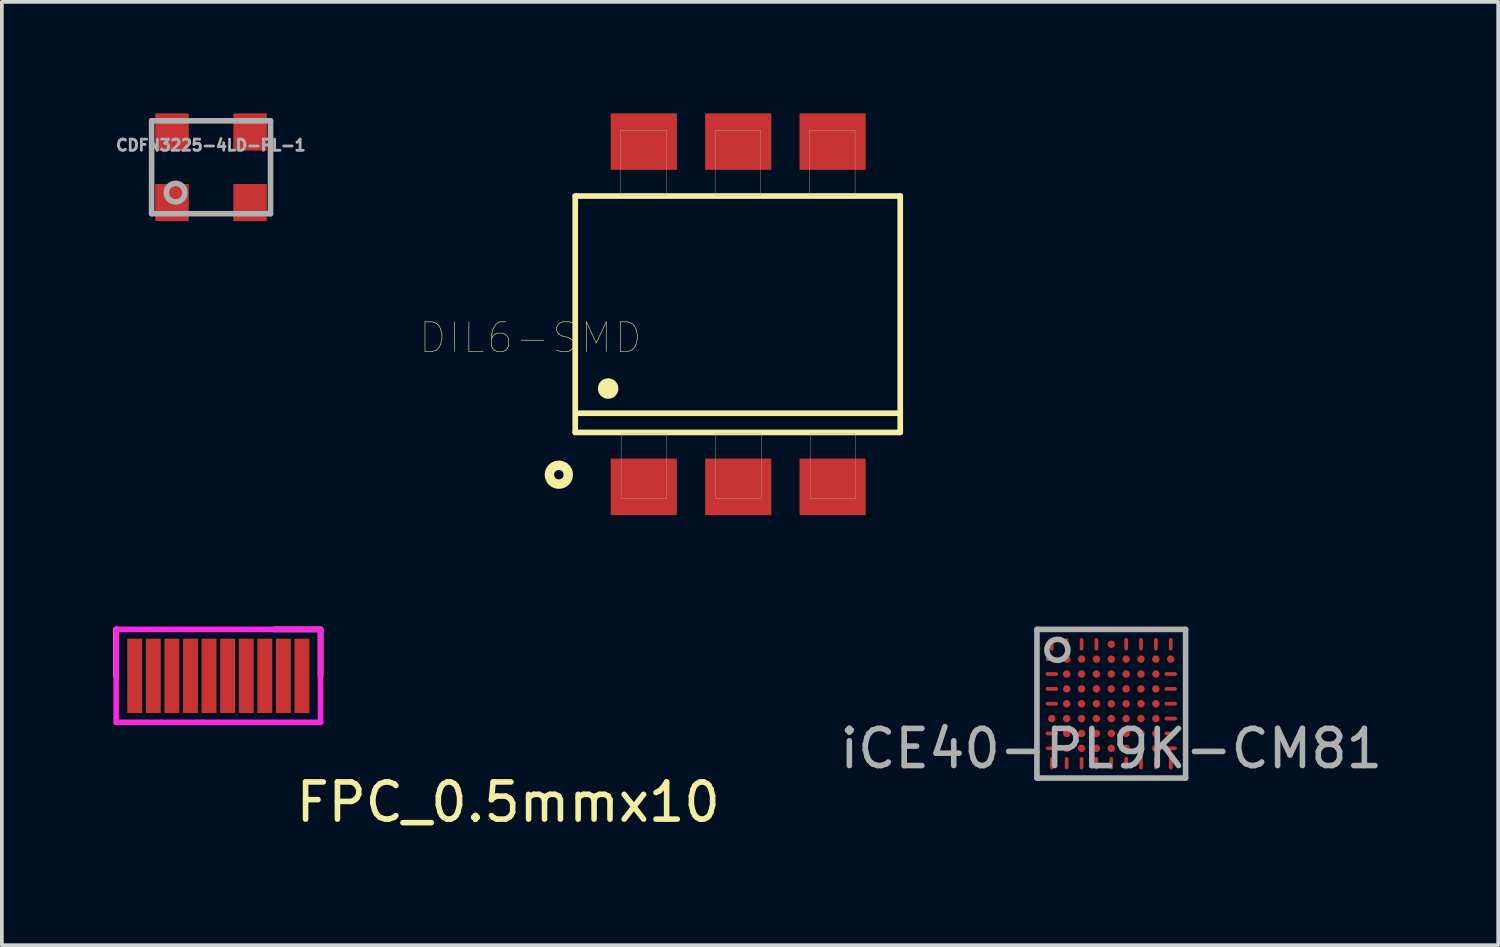
<source format=kicad_pcb>
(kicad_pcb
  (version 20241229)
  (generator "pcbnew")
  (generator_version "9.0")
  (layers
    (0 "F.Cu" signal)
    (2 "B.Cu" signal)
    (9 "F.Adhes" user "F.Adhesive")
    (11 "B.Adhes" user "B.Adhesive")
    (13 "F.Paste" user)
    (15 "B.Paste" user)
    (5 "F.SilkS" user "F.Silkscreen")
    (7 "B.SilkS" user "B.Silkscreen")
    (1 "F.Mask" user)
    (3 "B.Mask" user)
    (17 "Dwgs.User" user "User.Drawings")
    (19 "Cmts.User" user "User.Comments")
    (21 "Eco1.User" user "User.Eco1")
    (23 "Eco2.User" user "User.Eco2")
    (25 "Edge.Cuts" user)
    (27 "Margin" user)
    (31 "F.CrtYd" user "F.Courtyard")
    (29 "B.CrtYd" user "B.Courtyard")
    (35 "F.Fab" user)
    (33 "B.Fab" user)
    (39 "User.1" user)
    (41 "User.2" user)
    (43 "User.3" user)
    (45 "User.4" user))
  (footprint "CDFN3225-4LD-PL-1"
    (layer "F.Cu")
    (at 2.625 1.458)
    (property "Reference" "CDFN3225-4LD-PL-1" (at 0 -0.6 0) (layer "F.Fab") (effects (font (size 0.3 0.3) (thickness 0.075))))
    (attr smd)
    (fp_line (start -1.596 -1.258) (end 1.604 -1.258) (stroke (width 0.15) (type solid)) (layer "F.Fab"))
    (fp_line (start -1.596 1.242) (end -1.596 -1.258) (stroke (width 0.15) (type solid)) (layer "F.Fab"))
    (fp_line (start 1.604 -1.258) (end 1.604 1.242) (stroke (width 0.15) (type solid)) (layer "F.Fab"))
    (fp_line (start 1.604 1.242) (end -1.596 1.242) (stroke (width 0.15) (type solid)) (layer "F.Fab"))
    (fp_circle (center -0.95 0.675) (end -0.75 0.525) (stroke (width 0.15) (type solid)) (fill no) (layer "F.Fab"))
    (pad "1" smd rect (at -1.046 0.942 90) (size 1 0.9) (layers "F.Cu" "F.Mask" "F.Paste"))
    (pad "2" smd rect (at 1.054 0.942 90) (size 1 0.9) (layers "F.Cu" "F.Mask" "F.Paste"))
    (pad "3" smd rect (at 1.054 -0.958 90) (size 1 0.9) (layers "F.Cu" "F.Mask" "F.Paste"))
    (pad "4" smd rect (at -1.046 -0.958 90) (size 1 0.9) (layers "F.Cu" "F.Mask" "F.Paste")))
  (footprint "FPC_0.5mmx10"
    (layer "F.Cu")
    (at 2.825 15.135)
    (property "Reference" "FPC_0.5mmx10" (at 7.8 3.4 0) (layer "F.SilkS") (effects (font (size 1 1) (thickness 0.15))))
    (attr through_hole)
    (fp_line (start -2.75 -1.25) (end -2.75 0) (stroke (width 0.15) (type solid)) (layer "F.SilkS"))
    (fp_line (start -2.75 0) (end -2.75 -1.25) (stroke (width 0.15) (type solid)) (layer "F.SilkS"))
    (fp_line (start 1.5 -1.25) (end 2.75 -1.25) (stroke (width 0.15) (type solid)) (layer "F.SilkS"))
    (fp_line (start 2.75 -1.25) (end 2.75 0) (stroke (width 0.15) (type solid)) (layer "F.SilkS"))
    (fp_line (start -2.75 -1.25) (end -2.75 1.25) (stroke (width 0.15) (type solid)) (layer "F.CrtYd"))
    (fp_line (start -2.75 1.25) (end 2.75 1.25) (stroke (width 0.15) (type solid)) (layer "F.CrtYd"))
    (fp_line (start 2.75 -1.25) (end -2.75 -1.25) (stroke (width 0.15) (type solid)) (layer "F.CrtYd"))
    (fp_line (start 2.75 1.25) (end 2.75 -1.25) (stroke (width 0.15) (type solid)) (layer "F.CrtYd"))
    (pad "1" smd rect (at -2.25 0) (size 0.4 2) (layers "F.Cu" "F.Mask" "F.Paste"))
    (pad "2" smd rect (at -1.75 0) (size 0.4 2) (layers "F.Cu" "F.Mask" "F.Paste"))
    (pad "3" smd rect (at -1.25 0) (size 0.4 2) (layers "F.Cu" "F.Mask" "F.Paste"))
    (pad "4" smd rect (at -0.75 0) (size 0.4 2) (layers "F.Cu" "F.Mask" "F.Paste"))
    (pad "5" smd rect (at -0.25 0) (size 0.4 2) (layers "F.Cu" "F.Mask" "F.Paste"))
    (pad "6" smd rect (at 0.25 0) (size 0.4 2) (layers "F.Cu" "F.Mask" "F.Paste"))
    (pad "7" smd rect (at 0.75 0) (size 0.4 2) (layers "F.Cu" "F.Mask" "F.Paste"))
    (pad "8" smd rect (at 1.25 0) (size 0.4 2) (layers "F.Cu" "F.Mask" "F.Paste"))
    (pad "9" smd rect (at 1.75 0) (size 0.4 2) (layers "F.Cu" "F.Mask" "F.Paste"))
    (pad "10" smd rect (at 2.25 0) (size 0.4 2) (layers "F.Cu" "F.Mask" "F.Paste")))
  (footprint "DIL6-SMD"
    (layer "F.Cu")
    (at 16.813 5.405)
    (property "Reference" "DIL6-SMD" (at -5.59 0.635 180) (layer "F.SilkS") (effects (font (size 0.8 0.8) (thickness 0.015))))
    (attr through_hole)
    (fp_line (start -4.385 -3.18) (end 4.36 -3.18) (stroke (width 0.152) (type solid)) (layer "F.SilkS"))
    (fp_line (start -4.385 3.18) (end -4.385 -3.18) (stroke (width 0.152) (type solid)) (layer "F.SilkS"))
    (fp_line (start 4.36 -3.18) (end 4.36 2.664) (stroke (width 0.152) (type solid)) (layer "F.SilkS"))
    (fp_line (start 4.36 2.664) (end -4.285 2.664) (stroke (width 0.152) (type solid)) (layer "F.SilkS"))
    (fp_line (start 4.36 2.664) (end 4.36 3.18) (stroke (width 0.152) (type solid)) (layer "F.SilkS"))
    (fp_line (start 4.36 3.18) (end -4.385 3.18) (stroke (width 0.152) (type solid)) (layer "F.SilkS"))
    (fp_circle (center -4.826 4.318) (end -4.572 4.318) (stroke (width 0.254) (type solid)) (fill no) (layer "F.SilkS"))
    (fp_circle (center -3.5 2) (end -3.224 2) (stroke (width 0) (type solid)) (fill yes) (layer "F.SilkS"))
    (fp_poly (pts (xy -3.165 -4.95) (xy -1.935 -4.95) (xy -1.935 -3.205) (xy -3.165 -3.205)) (stroke (width 0.01) (type solid)) (fill no) (layer "F.Fab"))
    (fp_poly (pts (xy -3.15 3.2) (xy -1.92 3.2) (xy -1.92 4.957) (xy -3.15 4.957)) (stroke (width 0.01) (type solid)) (fill no) (layer "F.Fab"))
    (fp_poly (pts (xy -0.621 -4.95) (xy 0.605 -4.95) (xy 0.605 -3.204) (xy -0.621 -3.204)) (stroke (width 0.01) (type solid)) (fill no) (layer "F.Fab"))
    (fp_poly (pts (xy -0.606 3.2) (xy 0.62 3.2) (xy 0.62 4.955) (xy -0.606 4.955)) (stroke (width 0.01) (type solid)) (fill no) (layer "F.Fab"))
    (fp_poly (pts (xy 1.921 -4.95) (xy 3.145 -4.95) (xy 3.145 -3.202) (xy 1.921 -3.202)) (stroke (width 0.01) (type solid)) (fill no) (layer "F.Fab"))
    (fp_poly (pts (xy 1.938 3.2) (xy 3.16 3.2) (xy 3.16 4.957) (xy 1.938 4.957)) (stroke (width 0.01) (type solid)) (fill no) (layer "F.Fab"))
    (pad "1" smd rect (at -2.54 4.645) (size 1.78 1.52) (layers "F.Cu" "F.Mask" "F.Paste"))
    (pad "2" smd rect (at 0 4.645) (size 1.78 1.52) (layers "F.Cu" "F.Mask" "F.Paste"))
    (pad "3" smd rect (at 2.54 4.645) (size 1.78 1.52) (layers "F.Cu" "F.Mask" "F.Paste"))
    (pad "4" smd rect (at 2.54 -4.645) (size 1.78 1.52) (layers "F.Cu" "F.Mask" "F.Paste"))
    (pad "5" smd rect (at 0 -4.645) (size 1.78 1.52) (layers "F.Cu" "F.Mask" "F.Paste"))
    (pad "6" smd rect (at -2.54 -4.645) (size 1.78 1.52) (layers "F.Cu" "F.Mask" "F.Paste")))
  (footprint "iCE40-PL9K-CM81"
    (layer "F.Cu")
    (at 26.851 15.885)
    (property "Reference" "iCE40-PL9K-CM81" (at 0 1.209 0) (layer "F.Fab") (effects (font (size 1 1) (thickness 0.15))))
    (attr smd)
    (fp_line (start -2 -2) (end -1.95 -2) (stroke (width 0.15) (type solid)) (layer "F.Fab"))
    (fp_line (start -2 2) (end -2 -2) (stroke (width 0.15) (type solid)) (layer "F.Fab"))
    (fp_line (start -1.975 -2) (end 2 -2) (stroke (width 0.15) (type solid)) (layer "F.Fab"))
    (fp_line (start 2 -2) (end 2 2) (stroke (width 0.15) (type solid)) (layer "F.Fab"))
    (fp_line (start 2 2) (end -2 2) (stroke (width 0.15) (type solid)) (layer "F.Fab"))
    (fp_circle (center -1.45 -1.45) (end -1.25 -1.25) (stroke (width 0.15) (type solid)) (fill no) (layer "F.Fab"))
    (pad "A1" smd oval (at -1.6 -1.6) (size 0.1 0.335) (layers "F.Cu" "F.Mask" "F.Paste"))
    (pad "A2" smd oval (at -1.2 -1.6) (size 0.1 0.33) (layers "F.Cu" "F.Mask" "F.Paste"))
    (pad "A3" smd oval (at -0.8 -1.6) (size 0.1 0.335) (layers "F.Cu" "F.Mask" "F.Paste"))
    (pad "A4" smd oval (at -0.4 -1.6) (size 0.1 0.335) (layers "F.Cu" "F.Mask" "F.Paste"))
    (pad "A5" smd circle (at 0 -1.6) (size 0.2 0.2) (layers "F.Cu" "F.Mask" "F.Paste"))
    (pad "A6" smd oval (at 0.4 -1.6) (size 0.1 0.335) (layers "F.Cu" "F.Mask" "F.Paste"))
    (pad "A7" smd oval (at 0.8 -1.6) (size 0.1 0.335) (layers "F.Cu" "F.Mask" "F.Paste"))
    (pad "A8" smd oval (at 1.2 -1.6) (size 0.1 0.335) (layers "F.Cu" "F.Mask" "F.Paste"))
    (pad "A9" smd oval (at 1.6 -1.6) (size 0.1 0.335) (layers "F.Cu" "F.Mask" "F.Paste"))
    (pad "B1" smd oval (at -1.6 -1.2) (size 0.33 0.1) (layers "F.Cu" "F.Mask" "F.Paste"))
    (pad "B2" smd circle (at -1.2 -1.2) (size 0.2 0.2) (layers "F.Cu" "F.Mask" "F.Paste"))
    (pad "B3" smd circle (at -0.8 -1.2) (size 0.2 0.2) (layers "F.Cu" "F.Mask" "F.Paste"))
    (pad "B4" smd circle (at -0.4 -1.2) (size 0.2 0.2) (layers "F.Cu" "F.Mask" "F.Paste"))
    (pad "B5" smd circle (at 0 -1.2) (size 0.2 0.2) (layers "F.Cu" "F.Mask" "F.Paste"))
    (pad "B6" smd circle (at 0.4 -1.2) (size 0.2 0.2) (layers "F.Cu" "F.Mask" "F.Paste"))
    (pad "B7" smd circle (at 0.8 -1.2) (size 0.2 0.2) (layers "F.Cu" "F.Mask" "F.Paste"))
    (pad "B8" smd circle (at 1.2 -1.2) (size 0.2 0.2) (layers "F.Cu" "F.Mask" "F.Paste"))
    (pad "B9" smd circle (at 1.6 -1.2) (size 0.2 0.2) (layers "F.Cu" "F.Mask" "F.Paste"))
    (pad "C1" smd oval (at -1.6 -0.8) (size 0.335 0.1) (layers "F.Cu" "F.Mask" "F.Paste"))
    (pad "C2" smd circle (at -1.2 -0.8) (size 0.2 0.2) (layers "F.Cu" "F.Mask" "F.Paste"))
    (pad "C3" smd circle (at -0.8 -0.8) (size 0.2 0.2) (layers "F.Cu" "F.Mask" "F.Paste"))
    (pad "C4" smd circle (at -0.4 -0.8) (size 0.2 0.2) (layers "F.Cu" "F.Mask" "F.Paste"))
    (pad "C5" smd circle (at 0 -0.8) (size 0.2 0.2) (layers "F.Cu" "F.Mask" "F.Paste"))
    (pad "C6" smd circle (at 0.4 -0.8) (size 0.2 0.2) (layers "F.Cu" "F.Mask" "F.Paste"))
    (pad "C7" smd circle (at 0.8 -0.8) (size 0.2 0.2) (layers "F.Cu" "F.Mask" "F.Paste"))
    (pad "C8" smd circle (at 1.2 -0.8) (size 0.2 0.2) (layers "F.Cu" "F.Mask" "F.Paste"))
    (pad "C9" smd oval (at 1.6 -0.8) (size 0.335 0.1) (layers "F.Cu" "F.Mask" "F.Paste"))
    (pad "D1" smd oval (at -1.6 -0.4) (size 0.335 0.1) (layers "F.Cu" "F.Mask" "F.Paste"))
    (pad "D2" smd circle (at -1.2 -0.4) (size 0.2 0.2) (layers "F.Cu" "F.Mask" "F.Paste"))
    (pad "D3" smd circle (at -0.8 -0.4) (size 0.2 0.2) (layers "F.Cu" "F.Mask" "F.Paste"))
    (pad "D4" smd circle (at -0.4 -0.4) (size 0.2 0.2) (layers "F.Cu" "F.Mask" "F.Paste"))
    (pad "D5" smd circle (at 0 -0.4) (size 0.2 0.2) (layers "F.Cu" "F.Mask" "F.Paste"))
    (pad "D6" smd circle (at 0.4 -0.4) (size 0.2 0.2) (layers "F.Cu" "F.Mask" "F.Paste"))
    (pad "D7" smd circle (at 0.8 -0.4) (size 0.2 0.2) (layers "F.Cu" "F.Mask" "F.Paste"))
    (pad "D8" smd circle (at 1.2 -0.4) (size 0.2 0.2) (layers "F.Cu" "F.Mask" "F.Paste"))
    (pad "D9" smd oval (at 1.6 -0.4) (size 0.335 0.1) (layers "F.Cu" "F.Mask" "F.Paste"))
    (pad "E1" smd oval (at -1.6 0) (size 0.335 0.1) (layers "F.Cu" "F.Mask" "F.Paste"))
    (pad "E2" smd circle (at -1.2 0) (size 0.2 0.2) (layers "F.Cu" "F.Mask" "F.Paste"))
    (pad "E3" smd circle (at -0.8 0) (size 0.2 0.2) (layers "F.Cu" "F.Mask" "F.Paste"))
    (pad "E4" smd circle (at -0.4 0) (size 0.2 0.2) (layers "F.Cu" "F.Mask" "F.Paste"))
    (pad "E5" smd circle (at 0 0) (size 0.2 0.2) (layers "F.Cu" "F.Mask" "F.Paste"))
    (pad "E6" smd circle (at 0.4 0) (size 0.2 0.2) (layers "F.Cu" "F.Mask" "F.Paste"))
    (pad "E7" smd circle (at 0.8 0) (size 0.2 0.2) (layers "F.Cu" "F.Mask" "F.Paste"))
    (pad "E8" smd circle (at 1.2 0) (size 0.2 0.2) (layers "F.Cu" "F.Mask" "F.Paste"))
    (pad "E9" smd oval (at 1.6 0) (size 0.335 0.1) (layers "F.Cu" "F.Mask" "F.Paste"))
    (pad "F1" smd circle (at -1.6 0.4) (size 0.2 0.2) (layers "F.Cu" "F.Mask" "F.Paste"))
    (pad "F2" smd circle (at -1.2 0.4) (size 0.2 0.2) (layers "F.Cu" "F.Mask" "F.Paste"))
    (pad "F3" smd circle (at -0.8 0.4) (size 0.2 0.2) (layers "F.Cu" "F.Mask" "F.Paste"))
    (pad "F4" smd circle (at -0.4 0.4) (size 0.2 0.2) (layers "F.Cu" "F.Mask" "F.Paste"))
    (pad "F5" smd circle (at 0 0.4) (size 0.2 0.2) (layers "F.Cu" "F.Mask" "F.Paste"))
    (pad "F6" smd circle (at 0.4 0.4) (size 0.2 0.2) (layers "F.Cu" "F.Mask" "F.Paste"))
    (pad "F7" smd circle (at 0.8 0.4) (size 0.2 0.2) (layers "F.Cu" "F.Mask" "F.Paste"))
    (pad "F8" smd circle (at 1.2 0.4) (size 0.2 0.2) (layers "F.Cu" "F.Mask" "F.Paste"))
    (pad "F9" smd oval (at 1.6 0.4) (size 0.335 0.1) (layers "F.Cu" "F.Mask" "F.Paste"))
    (pad "G1" smd oval (at -1.6 0.8) (size 0.335 0.1) (layers "F.Cu" "F.Mask" "F.Paste"))
    (pad "G2" smd circle (at -1.2 0.8) (size 0.2 0.2) (layers "F.Cu" "F.Mask" "F.Paste"))
    (pad "G3" smd circle (at -0.8 0.8) (size 0.2 0.2) (layers "F.Cu" "F.Mask" "F.Paste"))
    (pad "G4" smd circle (at -0.4 0.8) (size 0.2 0.2) (layers "F.Cu" "F.Mask" "F.Paste"))
    (pad "G5" smd circle (at 0 0.8) (size 0.2 0.2) (layers "F.Cu" "F.Mask" "F.Paste"))
    (pad "G6" smd circle (at 0.4 0.8) (size 0.2 0.2) (layers "F.Cu" "F.Mask" "F.Paste"))
    (pad "G7" smd circle (at 0.8 0.8) (size 0.2 0.2) (layers "F.Cu" "F.Mask" "F.Paste"))
    (pad "G8" smd circle (at 1.2 0.8) (size 0.2 0.2) (layers "F.Cu" "F.Mask" "F.Paste"))
    (pad "G9" smd oval (at 1.6 0.8) (size 0.335 0.1) (layers "F.Cu" "F.Mask" "F.Paste"))
    (pad "H1" smd oval (at -1.6 1.2) (size 0.33 0.1) (layers "F.Cu" "F.Mask" "F.Paste"))
    (pad "H2" smd circle (at -1.2 1.2) (size 0.2 0.2) (layers "F.Cu" "F.Mask" "F.Paste"))
    (pad "H3" smd circle (at -0.8 1.2) (size 0.2 0.2) (layers "F.Cu" "F.Mask" "F.Paste"))
    (pad "H4" smd circle (at -0.4 1.2) (size 0.2 0.2) (layers "F.Cu" "F.Mask" "F.Paste"))
    (pad "H5" smd circle (at 0 1.2) (size 0.2 0.2) (layers "F.Cu" "F.Mask" "F.Paste"))
    (pad "H6" smd circle (at 0.4 1.2) (size 0.2 0.2) (layers "F.Cu" "F.Mask" "F.Paste"))
    (pad "H7" smd circle (at 0.8 1.2) (size 0.2 0.2) (layers "F.Cu" "F.Mask" "F.Paste"))
    (pad "H8" smd circle (at 1.2 1.2) (size 0.2 0.2) (layers "F.Cu" "F.Mask" "F.Paste"))
    (pad "H9" smd oval (at 1.6 1.2) (size 0.33 0.1) (layers "F.Cu" "F.Mask" "F.Paste"))
    (pad "J1" smd oval (at -1.6 1.6) (size 0.1 0.335) (layers "F.Cu" "F.Mask" "F.Paste"))
    (pad "J2" smd oval (at -1.2 1.6) (size 0.1 0.33) (layers "F.Cu" "F.Mask" "F.Paste"))
    (pad "J3" smd oval (at -0.8 1.6) (size 0.1 0.335) (layers "F.Cu" "F.Mask" "F.Paste"))
    (pad "J4" smd oval (at -0.4 1.6) (size 0.1 0.335) (layers "F.Cu" "F.Mask" "F.Paste"))
    (pad "J5" smd oval (at 0 1.6) (size 0.1 0.335) (layers "F.Cu" "F.Mask" "F.Paste"))
    (pad "J6" smd oval (at 0.4 1.6) (size 0.1 0.335) (layers "F.Cu" "F.Mask" "F.Paste"))
    (pad "J7" smd oval (at 0.8 1.6) (size 0.1 0.335) (layers "F.Cu" "F.Mask" "F.Paste"))
    (pad "J8" smd oval (at 1.2 1.6) (size 0.1 0.33) (layers "F.Cu" "F.Mask" "F.Paste"))
    (pad "J9" smd oval (at 1.6 1.6) (size 0.1 0.335) (layers "F.Cu" "F.Mask" "F.Paste")))
  (gr_rect
    (start -3 -3)
    (end 37.262 22.383)
    (stroke (width 0.1) (type default))
    (fill no)
    (layer "Edge.Cuts")))
</source>
